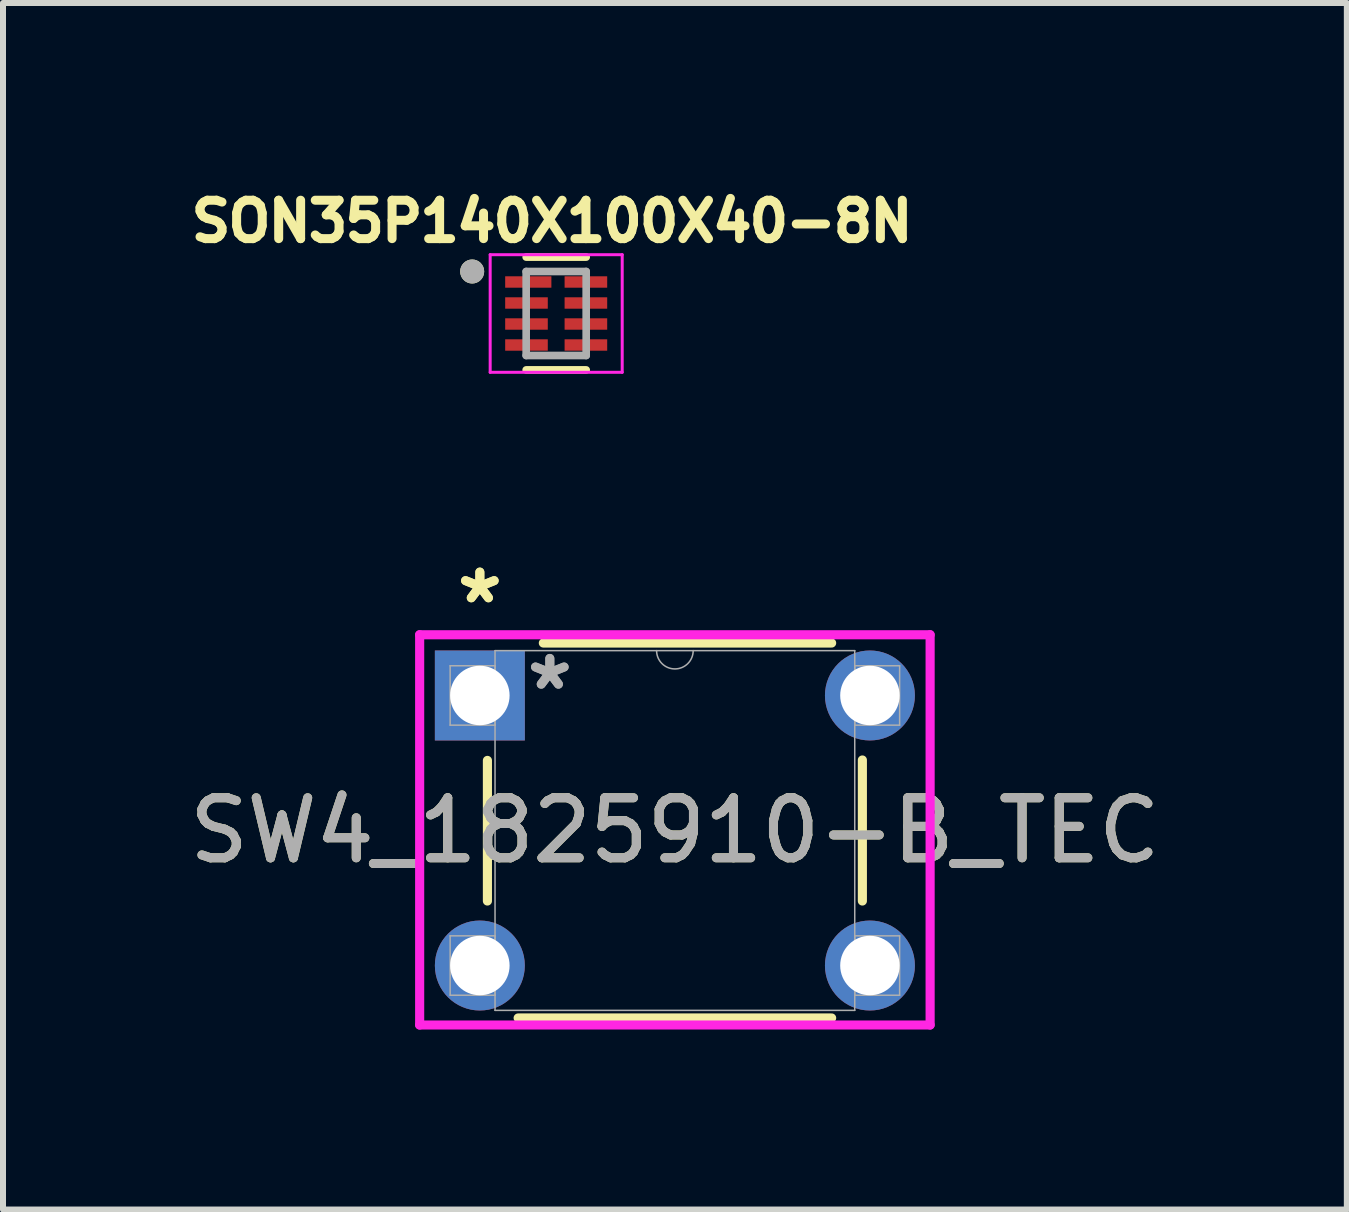
<source format=kicad_pcb>
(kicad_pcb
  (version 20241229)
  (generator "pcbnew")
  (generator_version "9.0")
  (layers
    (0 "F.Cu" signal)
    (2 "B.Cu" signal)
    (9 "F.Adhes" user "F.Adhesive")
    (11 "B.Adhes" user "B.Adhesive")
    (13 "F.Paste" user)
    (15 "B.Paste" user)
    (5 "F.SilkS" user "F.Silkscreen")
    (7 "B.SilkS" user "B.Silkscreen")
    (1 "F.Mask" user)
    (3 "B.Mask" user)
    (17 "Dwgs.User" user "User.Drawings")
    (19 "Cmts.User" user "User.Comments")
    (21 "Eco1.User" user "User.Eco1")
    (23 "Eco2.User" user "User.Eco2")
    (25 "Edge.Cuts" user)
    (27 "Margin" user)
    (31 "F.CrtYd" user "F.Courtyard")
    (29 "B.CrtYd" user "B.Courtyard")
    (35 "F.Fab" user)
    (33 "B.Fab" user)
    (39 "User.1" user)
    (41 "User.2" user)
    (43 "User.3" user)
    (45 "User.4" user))
  (footprint "SW4_1825910-B_TEC"
    (layer "F.Cu")
    (at 11.446 13.039)
    (property "Reference" "SW4_1825910-B_TEC" (at -3.25 -2.25 0) (unlocked yes) (layer "F.SilkS") (effects (font (size 1 1) (thickness 0.15))))
    (attr through_hole)
    (fp_line (start -6.374 -3.418) (end -6.374 -1.075) (stroke (width 0.152) (type solid)) (layer "F.SilkS"))
    (fp_line (start -5.862 0.874) (end -0.638 0.874) (stroke (width 0.152) (type solid)) (layer "F.SilkS"))
    (fp_line (start -0.638 -5.374) (end -5.442 -5.374) (stroke (width 0.152) (type solid)) (layer "F.SilkS"))
    (fp_line (start -0.126 -1.075) (end -0.126 -3.425) (stroke (width 0.152) (type solid)) (layer "F.SilkS"))
    (fp_line (start -7.503 -5.512) (end 1.003 -5.512) (stroke (width 0.152) (type solid)) (layer "F.CrtYd"))
    (fp_line (start -7.503 0.991) (end -7.503 -5.512) (stroke (width 0.152) (type solid)) (layer "F.CrtYd"))
    (fp_line (start 1.003 -5.512) (end 1.003 0.991) (stroke (width 0.152) (type solid)) (layer "F.CrtYd"))
    (fp_line (start 1.003 0.991) (end -7.503 0.991) (stroke (width 0.152) (type solid)) (layer "F.CrtYd"))
    (fp_line (start -6.995 -4.995) (end -6.995 -4.005) (stroke (width 0.025) (type solid)) (layer "F.Fab"))
    (fp_line (start -6.995 -4.005) (end -6.247 -4.005) (stroke (width 0.025) (type solid)) (layer "F.Fab"))
    (fp_line (start -6.995 -0.495) (end -6.995 0.495) (stroke (width 0.025) (type solid)) (layer "F.Fab"))
    (fp_line (start -6.995 0.495) (end -6.247 0.495) (stroke (width 0.025) (type solid)) (layer "F.Fab"))
    (fp_line (start -6.247 -5.247) (end -6.247 0.747) (stroke (width 0.025) (type solid)) (layer "F.Fab"))
    (fp_line (start -6.247 -4.995) (end -6.995 -4.995) (stroke (width 0.025) (type solid)) (layer "F.Fab"))
    (fp_line (start -6.247 -4.005) (end -6.247 -4.995) (stroke (width 0.025) (type solid)) (layer "F.Fab"))
    (fp_line (start -6.247 -0.495) (end -6.995 -0.495) (stroke (width 0.025) (type solid)) (layer "F.Fab"))
    (fp_line (start -6.247 0.495) (end -6.247 -0.495) (stroke (width 0.025) (type solid)) (layer "F.Fab"))
    (fp_line (start -6.247 0.747) (end -0.253 0.747) (stroke (width 0.025) (type solid)) (layer "F.Fab"))
    (fp_line (start -0.253 -5.247) (end -6.247 -5.247) (stroke (width 0.025) (type solid)) (layer "F.Fab"))
    (fp_line (start -0.253 -4.995) (end -0.253 -4.005) (stroke (width 0.025) (type solid)) (layer "F.Fab"))
    (fp_line (start -0.253 -4.005) (end 0.495 -4.005) (stroke (width 0.025) (type solid)) (layer "F.Fab"))
    (fp_line (start -0.253 -0.495) (end -0.253 0.495) (stroke (width 0.025) (type solid)) (layer "F.Fab"))
    (fp_line (start -0.253 0.495) (end 0.495 0.495) (stroke (width 0.025) (type solid)) (layer "F.Fab"))
    (fp_line (start -0.253 0.747) (end -0.253 -5.247) (stroke (width 0.025) (type solid)) (layer "F.Fab"))
    (fp_line (start 0.495 -4.995) (end -0.253 -4.995) (stroke (width 0.025) (type solid)) (layer "F.Fab"))
    (fp_line (start 0.495 -4.005) (end 0.495 -4.995) (stroke (width 0.025) (type solid)) (layer "F.Fab"))
    (fp_line (start 0.495 -0.495) (end -0.253 -0.495) (stroke (width 0.025) (type solid)) (layer "F.Fab"))
    (fp_line (start 0.495 0.495) (end 0.495 -0.495) (stroke (width 0.025) (type solid)) (layer "F.Fab"))
    (fp_arc (start -2.9452 -5.247201) (mid -3.25 -4.942401) (end -3.5548 -5.247201) (stroke (width 0.0254) (type solid)) (layer "F.Fab"))
    (fp_text user "*" (at -6.5 -6.011 0) (unlocked yes) (layer "F.SilkS") (effects (font (size 1 1) (thickness 0.15))))
    (fp_text user "*" (at -6.5 -6.011 0) (layer "F.SilkS") (effects (font (size 1 1) (thickness 0.15))))
    (fp_text user "*" (at -5.334 -4.572 0) (layer "F.Fab") (effects (font (size 1 1) (thickness 0.15))))
    (fp_text user "*" (at -5.334 -4.572 0) (unlocked yes) (layer "F.Fab") (effects (font (size 1 1) (thickness 0.15))))
    (fp_text user "${REFERENCE}" (at -3.25 -2.25 0) (unlocked yes) (layer "F.Fab") (effects (font (size 1 1) (thickness 0.15))))
    (pad "1" thru_hole rect (at -6.5 -4.5) (size 1.499 1.499) (drill 0.991) (layers "*.Cu" "*.Mask"))
    (pad "2" thru_hole circle (at 0.000001 -4.5) (size 1.499 1.499) (drill 0.991) (layers "*.Cu" "*.Mask"))
    (pad "3" thru_hole circle (at -6.5 0) (size 1.499 1.499) (drill 0.991) (layers "*.Cu" "*.Mask"))
    (pad "4" thru_hole circle (at 0.000001 0) (size 1.499 1.499) (drill 0.991) (layers "*.Cu" "*.Mask")))
  (footprint "SON35P140X100X40-8N"
    (layer "F.Cu")
    (at 6.218 2.174)
    (property "Reference" "SON35P140X100X40-8N" (at -0.068 -1.536 0) (layer "F.SilkS") (effects (font (size 0.64 0.64) (thickness 0.15))))
    (attr smd)
    (fp_line (start -0.5 -0.94) (end 0.5 -0.94) (stroke (width 0.127) (type solid)) (layer "F.SilkS"))
    (fp_line (start -0.5 0.94) (end 0.5 0.94) (stroke (width 0.127) (type solid)) (layer "F.SilkS"))
    (fp_circle (center -1.4 -0.7) (end -1.3 -0.7) (stroke (width 0.2) (type solid)) (fill no) (layer "F.SilkS"))
    (fp_line (start -1.1 -0.98) (end 1.1 -0.98) (stroke (width 0.05) (type solid)) (layer "F.CrtYd"))
    (fp_line (start -1.1 0.98) (end -1.1 -0.98) (stroke (width 0.05) (type solid)) (layer "F.CrtYd"))
    (fp_line (start 1.1 -0.98) (end 1.1 0.98) (stroke (width 0.05) (type solid)) (layer "F.CrtYd"))
    (fp_line (start 1.1 0.98) (end -1.1 0.98) (stroke (width 0.05) (type solid)) (layer "F.CrtYd"))
    (fp_line (start -0.5 -0.7) (end 0.5 -0.7) (stroke (width 0.127) (type solid)) (layer "F.Fab"))
    (fp_line (start -0.5 0.7) (end -0.5 -0.7) (stroke (width 0.127) (type solid)) (layer "F.Fab"))
    (fp_line (start 0.5 -0.7) (end 0.5 0.7) (stroke (width 0.127) (type solid)) (layer "F.Fab"))
    (fp_line (start 0.5 0.7) (end -0.5 0.7) (stroke (width 0.127) (type solid)) (layer "F.Fab"))
    (fp_circle (center -1.4 -0.7) (end -1.3 -0.7) (stroke (width 0.2) (type solid)) (fill no) (layer "F.Fab"))
    (pad "1" smd rect (at -0.465 -0.525) (size 0.77 0.19) (layers "F.Cu" "F.Mask" "F.Paste"))
    (pad "2" smd rect (at -0.495 -0.175) (size 0.71 0.19) (layers "F.Cu" "F.Mask" "F.Paste"))
    (pad "3" smd rect (at -0.495 0.175) (size 0.71 0.19) (layers "F.Cu" "F.Mask" "F.Paste"))
    (pad "4" smd rect (at -0.495 0.525) (size 0.71 0.19) (layers "F.Cu" "F.Mask" "F.Paste"))
    (pad "5" smd rect (at 0.495 0.525) (size 0.71 0.19) (layers "F.Cu" "F.Mask" "F.Paste"))
    (pad "6" smd rect (at 0.495 0.175) (size 0.71 0.19) (layers "F.Cu" "F.Mask" "F.Paste"))
    (pad "7" smd rect (at 0.495 -0.175) (size 0.71 0.19) (layers "F.Cu" "F.Mask" "F.Paste"))
    (pad "8" smd rect (at 0.495 -0.525) (size 0.71 0.19) (layers "F.Cu" "F.Mask" "F.Paste")))
  (gr_rect
    (start -3 -3)
    (end 19.393 17.105)
    (stroke (width 0.1) (type default))
    (fill no)
    (layer "Edge.Cuts")))
</source>
